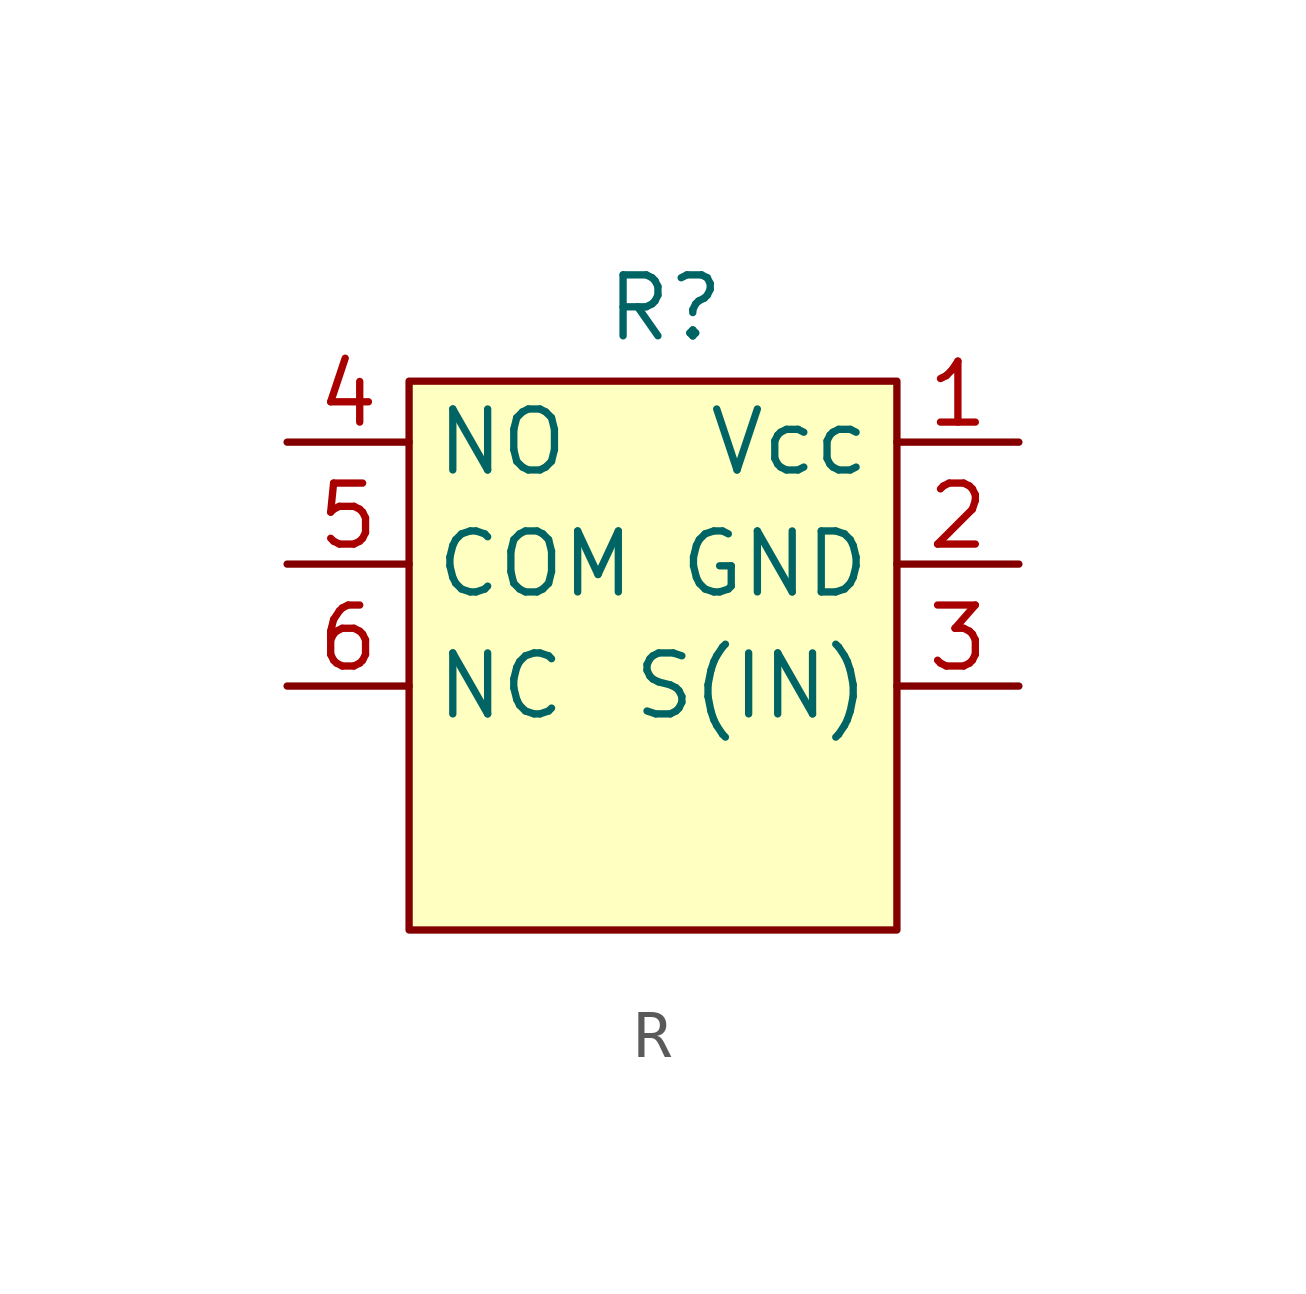
<source format=kicad_sym>
(kicad_symbol_lib
  (version 20231120)
  (generator "kicad_symbol_editor")
  (generator_version "8.0")
  (symbol "R"
    (property "Reference" "R"
      (at -1.016 0.254 0)
      (effects (font (size 1.27 1.27))))
    (property "Value" ""
      (at 0 0 0)
      (effects (font (size 1.27 1.27))))
    (symbol "R_1_1"
      (rectangle (start -6.35 -1.27) (end 3.81 -12.7) (stroke (width 0) (type default)) (fill (type background)))
      (pin power_in line (at 6.35 -2.54 180) (length 2.54) (name "Vcc" (effects (font (size 1.27 1.27)))) (number "1" (effects (font (size 1.27 1.27)))))
      (pin power_in line (at 6.35 -5.08 180) (length 2.54) (name "GND" (effects (font (size 1.27 1.27)))) (number "2" (effects (font (size 1.27 1.27)))))
      (pin input line (at 6.35 -7.62 180) (length 2.54) (name "S(IN)" (effects (font (size 1.27 1.27)))) (number "3" (effects (font (size 1.27 1.27)))))
      (pin output line (at -8.89 -2.54 0) (length 2.54) (name "NO" (effects (font (size 1.27 1.27)))) (number "4" (effects (font (size 1.27 1.27)))))
      (pin passive line (at -8.89 -5.08 0) (length 2.54) (name "COM" (effects (font (size 1.27 1.27)))) (number "5" (effects (font (size 1.27 1.27)))))
      (pin output line (at -8.89 -7.62 0) (length 2.54) (name "NC" (effects (font (size 1.27 1.27)))) (number "6" (effects (font (size 1.27 1.27))))))))
</source>
